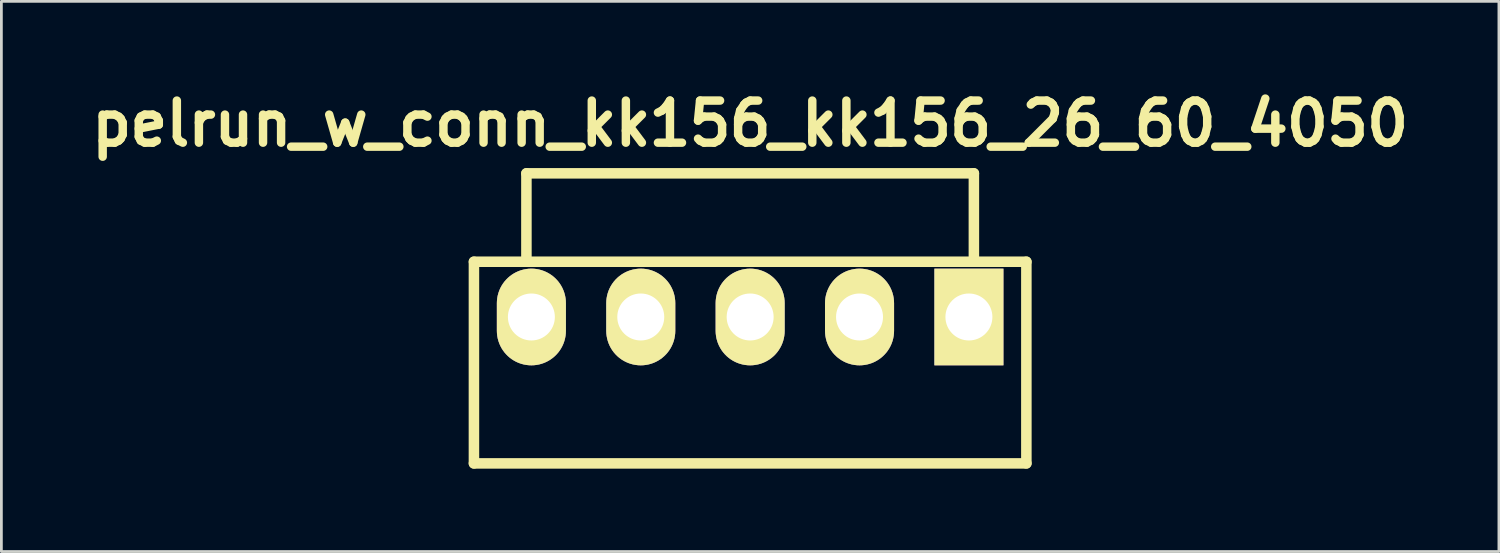
<source format=kicad_pcb>
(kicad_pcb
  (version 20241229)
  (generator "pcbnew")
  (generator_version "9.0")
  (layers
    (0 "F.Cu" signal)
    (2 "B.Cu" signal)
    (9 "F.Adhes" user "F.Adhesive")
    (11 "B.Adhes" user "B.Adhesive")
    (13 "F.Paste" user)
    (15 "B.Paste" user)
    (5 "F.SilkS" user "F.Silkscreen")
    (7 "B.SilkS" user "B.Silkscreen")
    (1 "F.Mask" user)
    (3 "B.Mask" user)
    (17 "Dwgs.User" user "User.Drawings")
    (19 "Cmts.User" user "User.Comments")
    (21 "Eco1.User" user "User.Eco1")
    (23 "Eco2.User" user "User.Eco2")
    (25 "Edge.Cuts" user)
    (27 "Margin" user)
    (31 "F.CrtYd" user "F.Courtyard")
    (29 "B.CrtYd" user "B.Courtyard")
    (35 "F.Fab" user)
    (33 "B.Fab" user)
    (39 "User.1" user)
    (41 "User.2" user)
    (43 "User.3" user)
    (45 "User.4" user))
  (footprint "pelrun_w_conn_kk156_kk156_26_60_4050"
    (layer "F.Cu")
    (at 24.108 8.426)
    (property "Reference" "pelrun_w_conn_kk156_kk156_26_60_4050" (at 0 -7 0) (layer "F.SilkS") (effects (font (size 1.524 1.524) (thickness 0.305))))
    (attr through_hole)
    (fp_line (start -10 -2) (end 10 -2) (stroke (width 0.381) (type solid)) (layer "F.SilkS"))
    (fp_line (start -10 5.3) (end -10 -2) (stroke (width 0.381) (type solid)) (layer "F.SilkS"))
    (fp_line (start -10 5.3) (end 10 5.3) (stroke (width 0.381) (type solid)) (layer "F.SilkS"))
    (fp_line (start -8.1 -5.2) (end 8.1 -5.2) (stroke (width 0.381) (type solid)) (layer "F.SilkS"))
    (fp_line (start -8.1 -2) (end -8.1 -5.2) (stroke (width 0.381) (type solid)) (layer "F.SilkS"))
    (fp_line (start 8.1 -5.2) (end 8.1 -2) (stroke (width 0.381) (type solid)) (layer "F.SilkS"))
    (fp_line (start 10 -2) (end 10 5.3) (stroke (width 0.381) (type solid)) (layer "F.SilkS"))
    (pad "1" thru_hole rect (at 7.92 0) (size 2.5 3.5) (drill 1.7) (layers "*.Cu" "*.Mask" "F.SilkS"))
    (pad "2" thru_hole oval (at 3.96 0) (size 2.5 3.5) (drill 1.7) (layers "*.Cu" "*.Mask" "F.SilkS"))
    (pad "3" thru_hole oval (at 0 0) (size 2.5 3.5) (drill 1.7) (layers "*.Cu" "*.Mask" "F.SilkS"))
    (pad "4" thru_hole oval (at -3.96 0) (size 2.5 3.5) (drill 1.7) (layers "*.Cu" "*.Mask" "F.SilkS"))
    (pad "5" thru_hole oval (at -7.92 0) (size 2.5 3.5) (drill 1.7) (layers "*.Cu" "*.Mask" "F.SilkS")))
  (gr_rect
    (start -3 -3)
    (end 51.216 16.917)
    (stroke (width 0.1) (type default))
    (fill no)
    (layer "Edge.Cuts")))
</source>
